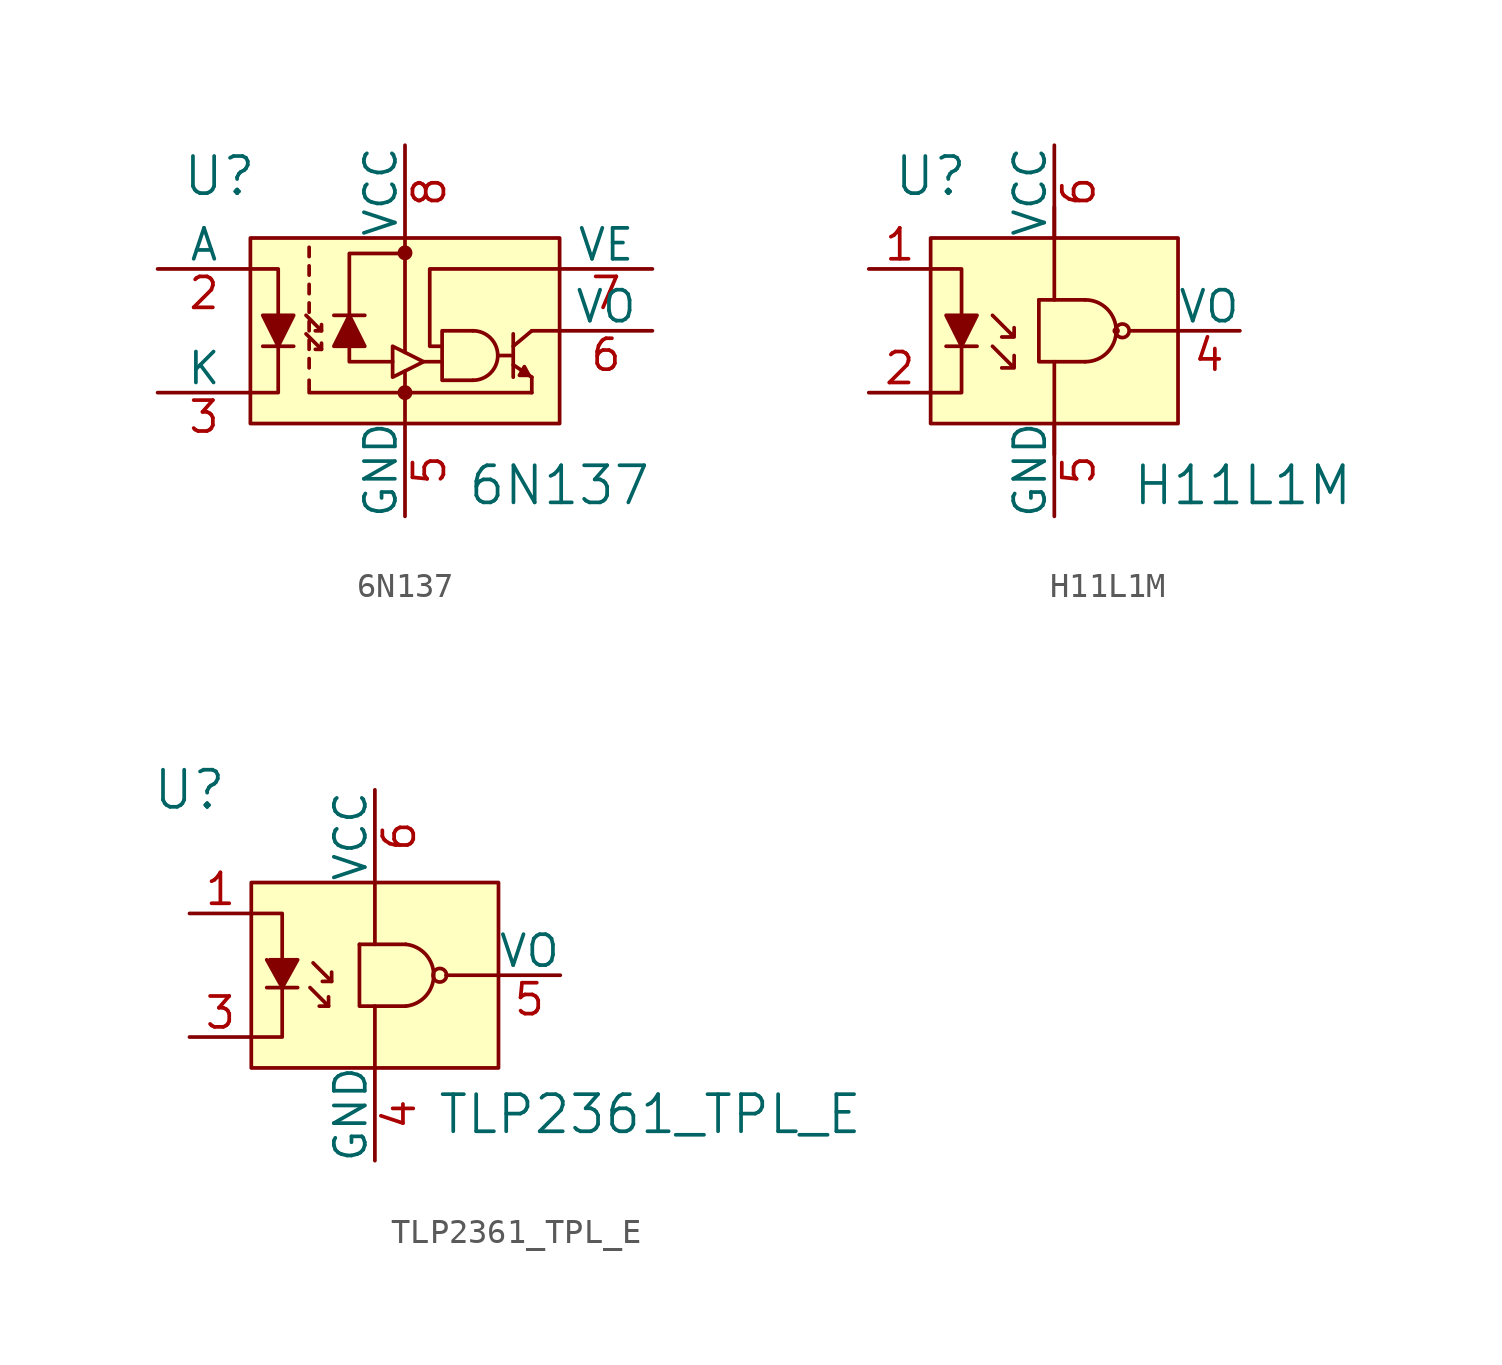
<source format=kicad_sym>
(kicad_symbol_lib
  (version 20220914)
  (generator kicad_symbol_editor)
  (symbol "6N137"
    (pin_names
      (offset 0))
    (property "Reference" "U"
      (at -7.62 6.35 0)
      (effects (font (size 1.524 1.524))))
    (property "Value" "6N137"
      (at 2.54 -6.35 0)
      (effects (font (size 1.524 1.524)) (justify left)))
    (symbol "6N137_0_1"
      (rectangle (start -6.35 3.81) (end 6.35 -3.81) (stroke (width 0) (type default)) (fill (type background)))
      (polyline (pts (xy -5.842 -0.635) (xy -4.572 -0.635)) (stroke (width 0) (type default)) (fill (type none)))
      (polyline (pts (xy -3.937 -1.143) (xy -3.937 -1.524)) (stroke (width 0) (type default)) (fill (type none)))
      (polyline (pts (xy -3.937 -0.381) (xy -3.937 -0.762)) (stroke (width 0) (type default)) (fill (type none)))
      (polyline (pts (xy -3.937 0.381) (xy -3.937 0)) (stroke (width 0) (type default)) (fill (type none)))
      (polyline (pts (xy -3.937 1.143) (xy -3.937 0.762)) (stroke (width 0) (type default)) (fill (type none)))
      (polyline (pts (xy -3.937 1.905) (xy -3.937 1.524)) (stroke (width 0) (type default)) (fill (type none)))
      (polyline (pts (xy -3.937 2.667) (xy -3.937 2.286)) (stroke (width 0) (type default)) (fill (type none)))
      (polyline (pts (xy -3.937 3.429) (xy -3.937 3.048)) (stroke (width 0) (type default)) (fill (type none)))
      (polyline (pts (xy -3.429 -0.762) (xy -3.683 -0.762)) (stroke (width 0) (type default)) (fill (type none)))
      (polyline (pts (xy -3.429 0) (xy -3.683 0)) (stroke (width 0) (type default)) (fill (type none)))
      (polyline (pts (xy -2.921 0.635) (xy -1.651 0.635)) (stroke (width 0) (type default)) (fill (type none)))
      (polyline (pts (xy 0 -3.81) (xy 0 -2.54)) (stroke (width 0) (type default)) (fill (type none)))
      (polyline (pts (xy 0 -2.54) (xy 0 -1.651)) (stroke (width 0) (type default)) (fill (type none)))
      (polyline (pts (xy 0 3.81) (xy 0 -0.889)) (stroke (width 0) (type default)) (fill (type none)))
      (polyline (pts (xy 1.524 -1.27) (xy 0.762 -1.27)) (stroke (width 0) (type default)) (fill (type none)))
      (polyline (pts (xy 3.81 -1.016) (xy 4.445 -1.016)) (stroke (width 0) (type default)) (fill (type none)))
      (polyline (pts (xy 4.445 -1.397) (xy 5.207 -1.905)) (stroke (width 0) (type default)) (fill (type none)))
      (polyline (pts (xy 4.445 -0.635) (xy 5.207 0)) (stroke (width 0) (type default)) (fill (type none)))
      (polyline (pts (xy 4.445 -0.127) (xy 4.445 -1.905)) (stroke (width 0) (type default)) (fill (type none)))
      (polyline (pts (xy 5.207 -2.54) (xy 0 -2.54)) (stroke (width 0) (type default)) (fill (type none)))
      (polyline (pts (xy 5.207 -1.905) (xy 5.207 -2.54)) (stroke (width 0) (type default)) (fill (type none)))
      (polyline (pts (xy 6.35 0) (xy 5.207 0)) (stroke (width 0) (type default)) (fill (type none)))
      (polyline (pts (xy -5.207 -0.635) (xy -5.207 -2.54) (xy -6.35 -2.54)) (stroke (width 0) (type default)) (fill (type none)))
      (polyline (pts (xy -5.207 0.635) (xy -5.207 2.54) (xy -6.35 2.54)) (stroke (width 0) (type default)) (fill (type none)))
      (polyline (pts (xy -4.064 -0.127) (xy -3.429 -0.762) (xy -3.429 -0.508)) (stroke (width 0) (type default)) (fill (type none)))
      (polyline (pts (xy -4.064 0.635) (xy -3.429 0) (xy -3.429 0.254)) (stroke (width 0) (type default)) (fill (type none)))
      (polyline (pts (xy -0.508 -1.27) (xy -2.286 -1.27) (xy -2.286 -0.635)) (stroke (width 0) (type default)) (fill (type none)))
      (polyline (pts (xy 0 -2.54) (xy -3.937 -2.54) (xy -3.937 -2.032)) (stroke (width 0) (type default)) (fill (type none)))
      (polyline (pts (xy 0 3.175) (xy -2.286 3.175) (xy -2.286 0.635)) (stroke (width 0) (type default)) (fill (type none)))
      (polyline (pts (xy -5.842 0.635) (xy -4.572 0.635) (xy -5.207 -0.635) (xy -5.842 0.635)) (stroke (width 0) (type default)) (fill (type outline)))
      (polyline (pts (xy -2.921 -0.635) (xy -1.651 -0.635) (xy -2.286 0.635) (xy -2.921 -0.635)) (stroke (width 0) (type default)) (fill (type outline)))
      (polyline (pts (xy 0.762 -1.27) (xy -0.508 -0.635) (xy -0.508 -1.905) (xy 0.762 -1.27)) (stroke (width 0) (type default)) (fill (type none)))
      (polyline (pts (xy 1.524 -0.635) (xy 1.016 -0.635) (xy 1.016 2.54) (xy 6.35 2.54)) (stroke (width 0) (type default)) (fill (type none)))
      (polyline (pts (xy 2.794 0) (xy 1.524 0) (xy 1.524 -2.032) (xy 2.794 -2.032)) (stroke (width 0) (type default)) (fill (type none)))
      (polyline (pts (xy 5.08 -1.803) (xy 4.902 -1.473) (xy 4.699 -1.829) (xy 5.105 -1.829)) (stroke (width 0) (type default)) (fill (type outline)))
      (arc (start 2.794 -2.032) (mid 3.8056 -1.016) (end 2.794 0) (stroke (width 0) (type default)) (fill (type none))))
    (symbol "6N137_1_1"
      (circle (center 0 -2.54) (radius 0.229) (stroke (width 0) (type default)) (fill (type outline)))
      (circle (center 0 3.2) (radius 0.229) (stroke (width 0) (type default)) (fill (type outline)))
      (pin no_connect line (at -5.08 7.62 270) (length 3.81) hide (name "NC" (effects (font (size 1.27 1.27)))) (number "1" (effects (font (size 1.27 1.27)))))
      (pin passive line (at -10.16 2.54 0) (length 3.81) (name "A" (effects (font (size 1.27 1.27)))) (number "2" (effects (font (size 1.27 1.27)))))
      (pin passive line (at -10.16 -2.54 0) (length 3.81) (name "K" (effects (font (size 1.27 1.27)))) (number "3" (effects (font (size 1.27 1.27)))))
      (pin no_connect line (at -5.08 -7.62 90) (length 3.81) hide (name "NC" (effects (font (size 1.27 1.27)))) (number "4" (effects (font (size 1.27 1.27)))))
      (pin power_in line (at 0 -7.62 90) (length 3.81) (name "GND" (effects (font (size 1.27 1.27)))) (number "5" (effects (font (size 1.27 1.27)))))
      (pin output line (at 10.16 0 180) (length 3.81) (name "VO" (effects (font (size 1.27 1.27)))) (number "6" (effects (font (size 1.27 1.27)))))
      (pin input line (at 10.16 2.54 180) (length 3.81) (name "VE" (effects (font (size 1.27 1.27)))) (number "7" (effects (font (size 1.27 1.27)))))
      (pin power_in line (at 0 7.62 270) (length 3.81) (name "VCC" (effects (font (size 1.27 1.27)))) (number "8" (effects (font (size 1.27 1.27)))))))
  (symbol "H11L1M"
    (pin_names
      (offset 0))
    (property "Reference" "U"
      (at -5.08 6.35 0)
      (effects (font (size 1.524 1.524))))
    (property "Value" "H11L1M"
      (at 3.175 -6.35 0)
      (effects (font (size 1.524 1.524)) (justify left)))
    (symbol "H11L1M_0_1"
      (polyline (pts (xy -4.445 -0.635) (xy -3.175 -0.635)) (stroke (width 0) (type default)) (fill (type none)))
      (polyline (pts (xy -0.635 1.27) (xy 1.27 1.27)) (stroke (width 0) (type default)) (fill (type none)))
      (polyline (pts (xy 0 -5.08) (xy 0 -1.27)) (stroke (width 0) (type default)) (fill (type none)))
      (polyline (pts (xy 0 5.08) (xy 0 1.27)) (stroke (width 0) (type default)) (fill (type none)))
      (polyline (pts (xy 3.175 0) (xy 5.08 0)) (stroke (width 0) (type default)) (fill (type none)))
      (polyline (pts (xy -5.08 2.54) (xy -3.81 2.54) (xy -3.81 0)) (stroke (width 0) (type default)) (fill (type none)))
      (polyline (pts (xy -3.81 -0.635) (xy -3.81 -2.54) (xy -5.08 -2.54)) (stroke (width 0) (type default)) (fill (type none)))
      (polyline (pts (xy -0.635 1.27) (xy -0.635 -1.27) (xy 1.27 -1.27)) (stroke (width 0) (type default)) (fill (type none)))
      (polyline (pts (xy -3.81 -0.635) (xy -4.445 0.635) (xy -3.175 0.635) (xy -3.81 -0.635)) (stroke (width 0) (type default)) (fill (type outline)))
      (polyline (pts (xy -2.54 -0.635) (xy -1.651 -1.524) (xy -1.651 -1.016) (xy -1.651 -1.524) (xy -2.159 -1.524)) (stroke (width 0) (type default)) (fill (type none)))
      (polyline (pts (xy -2.54 0.635) (xy -1.651 -0.254) (xy -1.651 0.127) (xy -1.651 -0.254) (xy -2.159 -0.254)) (stroke (width 0) (type default)) (fill (type none)))
      (arc (start 1.27 -1.27) (mid 2.5345 0) (end 1.27 1.27) (stroke (width 0) (type default)) (fill (type none)))
      (circle (center 2.54 0) (radius 0.0001) (stroke (width 0) (type default)) (fill (type none)))
      (circle (center 2.794 0) (radius 0.279) (stroke (width 0) (type default)) (fill (type none))))
    (symbol "H11L1M_1_1"
      (rectangle (start -5.08 3.81) (end 5.08 -3.81) (stroke (width 0) (type default)) (fill (type background)))
      (pin passive line (at -7.62 2.54 0) (length 2.54) (name "~" (effects (font (size 1.27 1.27)))) (number "1" (effects (font (size 1.27 1.27)))))
      (pin passive line (at -7.62 -2.54 0) (length 2.54) (name "~" (effects (font (size 1.27 1.27)))) (number "2" (effects (font (size 1.27 1.27)))))
      (pin no_connect line (at 5.08 -2.54 180) (length 2.54) hide (name "NC" (effects (font (size 1.27 1.27)))) (number "3" (effects (font (size 1.27 1.27)))))
      (pin output line (at 7.62 0 180) (length 2.54) (name "VO" (effects (font (size 1.27 1.27)))) (number "4" (effects (font (size 1.27 1.27)))))
      (pin power_in line (at 0 -7.62 90) (length 3.81) (name "GND" (effects (font (size 1.27 1.27)))) (number "5" (effects (font (size 1.27 1.27)))))
      (pin power_in line (at 0 7.62 270) (length 3.81) (name "VCC" (effects (font (size 1.27 1.27)))) (number "6" (effects (font (size 1.27 1.27)))))))
  (symbol "TLP2361_TPL_E"
    (pin_names
      (offset 0))
    (property "Reference" "U"
      (at -7.62 7.62 0)
      (effects (font (size 1.524 1.524))))
    (property "Value" "TLP2361_TPL_E"
      (at 2.54 -5.715 0)
      (effects (font (size 1.524 1.524)) (justify left)))
    (symbol "TLP2361_TPL_E_0_1"
      (rectangle (start -5.08 3.81) (end 5.08 -3.81) (stroke (width 0) (type default)) (fill (type background)))
      (polyline (pts (xy -4.445 -0.508) (xy -3.175 -0.508)) (stroke (width 0) (type default)) (fill (type none)))
      (polyline (pts (xy -1.905 -1.27) (xy -1.905 -0.889)) (stroke (width 0) (type default)) (fill (type none)))
      (polyline (pts (xy -1.778 -0.254) (xy -2.159 -0.254)) (stroke (width 0) (type default)) (fill (type none)))
      (polyline (pts (xy -0.635 1.27) (xy 1.27 1.27)) (stroke (width 0) (type default)) (fill (type none)))
      (polyline (pts (xy 0 -3.81) (xy 0 -1.27)) (stroke (width 0) (type default)) (fill (type none)))
      (polyline (pts (xy 0 3.81) (xy 0 1.27)) (stroke (width 0) (type default)) (fill (type none)))
      (polyline (pts (xy 2.921 0) (xy 5.08 0)) (stroke (width 0) (type default)) (fill (type none)))
      (polyline (pts (xy -5.08 -2.54) (xy -3.81 -2.54) (xy -3.81 -0.254)) (stroke (width 0) (type default)) (fill (type none)))
      (polyline (pts (xy -5.08 2.54) (xy -3.81 2.54) (xy -3.81 0.508)) (stroke (width 0) (type default)) (fill (type none)))
      (polyline (pts (xy -2.667 -0.508) (xy -1.905 -1.27) (xy -2.286 -1.27)) (stroke (width 0) (type default)) (fill (type none)))
      (polyline (pts (xy -2.54 0.508) (xy -1.778 -0.254) (xy -1.778 0.127)) (stroke (width 0) (type default)) (fill (type none)))
      (polyline (pts (xy -0.635 1.27) (xy -0.635 -1.27) (xy 1.27 -1.27)) (stroke (width 0) (type default)) (fill (type none)))
      (polyline (pts (xy -4.318 0.635) (xy -3.175 0.635) (xy -3.81 -0.508) (xy -4.445 0.635)) (stroke (width 0) (type default)) (fill (type outline)))
      (arc (start 1.27 -1.27) (mid 2.4193 0) (end 1.27 1.27) (stroke (width 0) (type default)) (fill (type none)))
      (circle (center 2.667 0) (radius 0.279) (stroke (width 0) (type default)) (fill (type none))))
    (symbol "TLP2361_TPL_E_1_1"
      (pin passive line (at -7.62 2.54 0) (length 2.54) (name "~" (effects (font (size 1.27 1.27)))) (number "1" (effects (font (size 1.27 1.27)))))
      (pin passive line (at -7.62 -2.54 0) (length 2.54) (name "~" (effects (font (size 1.27 1.27)))) (number "3" (effects (font (size 1.27 1.27)))))
      (pin power_in line (at 0 -7.62 90) (length 3.81) (name "GND" (effects (font (size 1.27 1.27)))) (number "4" (effects (font (size 1.27 1.27)))))
      (pin output line (at 7.62 0 180) (length 2.54) (name "VO" (effects (font (size 1.27 1.27)))) (number "5" (effects (font (size 1.27 1.27)))))
      (pin power_in line (at 0 7.62 270) (length 3.81) (name "VCC" (effects (font (size 1.27 1.27)))) (number "6" (effects (font (size 1.27 1.27))))))))
</source>
